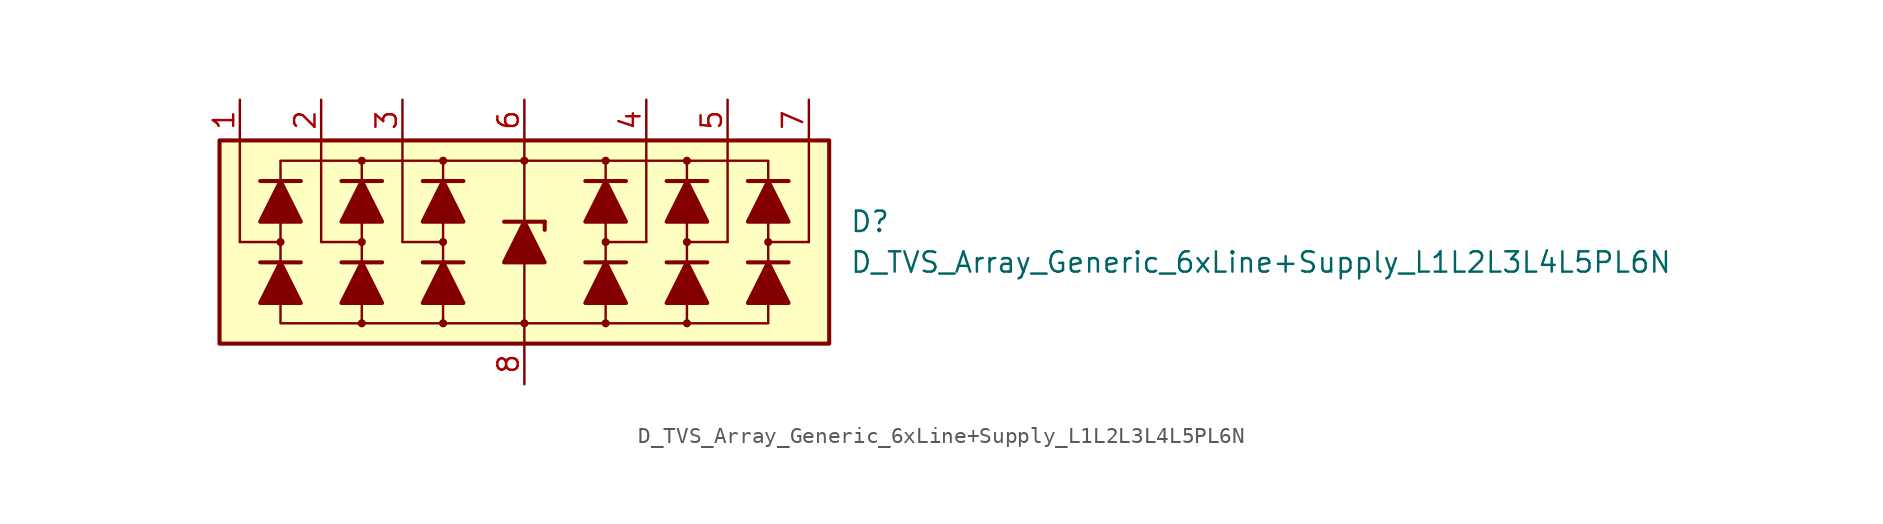
<source format=kicad_sym>
(kicad_symbol_lib
  (version 20211014)
  (generator kicad_symbol_editor)
  (symbol "D_TVS_Array_Generic_6xLine+Supply_L1L2L3L4L5PL6N"
    (pin_names
      (offset 1.016) hide)
    (property "Reference" "D"
      (at 20.32 1.27 0)
      (effects (font (size 1.27 1.27)) (justify left)))
    (property "Value" "D_TVS_Array_Generic_6xLine+Supply_L1L2L3L4L5PL6N"
      (at 20.32 -1.27 0)
      (effects (font (size 1.27 1.27)) (justify left)))
    (symbol "D_TVS_Array_Generic_6xLine+Supply_L1L2L3L4L5PL6N_0_1"
      (rectangle (start -19.05 6.35) (end 19.05 -6.35) (stroke (width 0.254) (type default) (color 0 0 0 0)) (fill (type background)))
      (circle (center -5.08 0) (radius 0.178) (stroke (width 0) (type default) (color 0 0 0 0)) (fill (type outline)))
      (polyline (pts (xy -7.62 0) (xy -7.62 6.35)) (stroke (width 0) (type default) (color 0 0 0 0)) (fill (type none)))
      (polyline (pts (xy -5.08 -1.27) (xy -5.08 1.27)) (stroke (width 0) (type default) (color 0 0 0 0)) (fill (type none)))
      (polyline (pts (xy -5.08 0) (xy -7.62 0)) (stroke (width 0) (type default) (color 0 0 0 0)) (fill (type none)))
      (polyline (pts (xy 0 -5.08) (xy 0 -6.35)) (stroke (width 0) (type default) (color 0 0 0 0)) (fill (type none)))
      (polyline (pts (xy 0 -1.27) (xy 0 -5.08)) (stroke (width 0) (type default) (color 0 0 0 0)) (fill (type none)))
      (polyline (pts (xy 0 1.27) (xy 0 6.35)) (stroke (width 0) (type default) (color 0 0 0 0)) (fill (type none)))
      (polyline (pts (xy 5.08 -1.27) (xy 5.08 1.27)) (stroke (width 0) (type default) (color 0 0 0 0)) (fill (type none)))
      (polyline (pts (xy 5.08 0) (xy 7.62 0)) (stroke (width 0) (type default) (color 0 0 0 0)) (fill (type none)))
      (polyline (pts (xy 7.62 0) (xy 7.62 6.35)) (stroke (width 0) (type default) (color 0 0 0 0)) (fill (type none)))
      (polyline (pts (xy -5.08 -5.08) (xy -10.16 -5.08) (xy -10.16 5.08) (xy -5.08 5.08)) (stroke (width 0) (type default) (color 0 0 0 0)) (fill (type none)))
      (polyline (pts (xy -5.08 -3.81) (xy -5.08 -5.08) (xy 5.08 -5.08) (xy 5.08 -3.81)) (stroke (width 0) (type default) (color 0 0 0 0)) (fill (type none)))
      (polyline (pts (xy -5.08 3.81) (xy -5.08 5.08) (xy 5.08 5.08) (xy 5.08 3.81)) (stroke (width 0) (type default) (color 0 0 0 0)) (fill (type none)))
      (polyline (pts (xy 5.08 -5.08) (xy 10.16 -5.08) (xy 10.16 5.08) (xy 5.08 5.08)) (stroke (width 0) (type default) (color 0 0 0 0)) (fill (type none)))
      (circle (center 0 5.08) (radius 0.178) (stroke (width 0) (type default) (color 0 0 0 0)) (fill (type outline)))
      (circle (center 5.08 0) (radius 0.178) (stroke (width 0) (type default) (color 0 0 0 0)) (fill (type outline))))
    (symbol "D_TVS_Array_Generic_6xLine+Supply_L1L2L3L4L5PL6N_1_1"
      (circle (center -15.24 0) (radius 0.178) (stroke (width 0) (type default) (color 0 0 0 0)) (fill (type outline)))
      (circle (center -10.16 -5.08) (radius 0.178) (stroke (width 0) (type default) (color 0 0 0 0)) (fill (type outline)))
      (circle (center -10.16 0) (radius 0.178) (stroke (width 0) (type default) (color 0 0 0 0)) (fill (type outline)))
      (circle (center -10.16 5.08) (radius 0.178) (stroke (width 0) (type default) (color 0 0 0 0)) (fill (type outline)))
      (circle (center -5.08 -5.08) (radius 0.178) (stroke (width 0) (type default) (color 0 0 0 0)) (fill (type outline)))
      (circle (center -5.08 5.08) (radius 0.178) (stroke (width 0) (type default) (color 0 0 0 0)) (fill (type outline)))
      (circle (center 0 -5.08) (radius 0.178) (stroke (width 0) (type default) (color 0 0 0 0)) (fill (type outline)))
      (polyline (pts (xy -17.78 0) (xy -17.78 6.35)) (stroke (width 0) (type default) (color 0 0 0 0)) (fill (type none)))
      (polyline (pts (xy -15.24 0) (xy -17.78 0)) (stroke (width 0) (type default) (color 0 0 0 0)) (fill (type none)))
      (polyline (pts (xy -13.97 -1.27) (xy -16.51 -1.27)) (stroke (width 0.254) (type default) (color 0 0 0 0)) (fill (type none)))
      (polyline (pts (xy -13.97 3.81) (xy -16.51 3.81)) (stroke (width 0.254) (type default) (color 0 0 0 0)) (fill (type none)))
      (polyline (pts (xy -12.7 0) (xy -12.7 6.35)) (stroke (width 0) (type default) (color 0 0 0 0)) (fill (type none)))
      (polyline (pts (xy -10.16 0) (xy -12.7 0)) (stroke (width 0) (type default) (color 0 0 0 0)) (fill (type none)))
      (polyline (pts (xy -8.89 -1.27) (xy -11.43 -1.27)) (stroke (width 0.254) (type default) (color 0 0 0 0)) (fill (type none)))
      (polyline (pts (xy -8.89 3.81) (xy -11.43 3.81)) (stroke (width 0.254) (type default) (color 0 0 0 0)) (fill (type none)))
      (polyline (pts (xy -5.08 -3.81) (xy -5.08 -1.27)) (stroke (width 0) (type default) (color 0 0 0 0)) (fill (type none)))
      (polyline (pts (xy -5.08 1.27) (xy -5.08 3.81)) (stroke (width 0) (type default) (color 0 0 0 0)) (fill (type none)))
      (polyline (pts (xy -3.81 -1.27) (xy -6.35 -1.27)) (stroke (width 0.254) (type default) (color 0 0 0 0)) (fill (type none)))
      (polyline (pts (xy -3.81 3.81) (xy -6.35 3.81)) (stroke (width 0.254) (type default) (color 0 0 0 0)) (fill (type none)))
      (polyline (pts (xy -1.27 1.27) (xy 1.27 1.27)) (stroke (width 0.254) (type default) (color 0 0 0 0)) (fill (type none)))
      (polyline (pts (xy 0 -1.27) (xy 0 1.27)) (stroke (width 0) (type default) (color 0 0 0 0)) (fill (type none)))
      (polyline (pts (xy 1.27 1.27) (xy 1.27 0.762)) (stroke (width 0.254) (type default) (color 0 0 0 0)) (fill (type none)))
      (polyline (pts (xy 5.08 -3.81) (xy 5.08 -1.27)) (stroke (width 0) (type default) (color 0 0 0 0)) (fill (type none)))
      (polyline (pts (xy 5.08 1.27) (xy 5.08 3.81)) (stroke (width 0) (type default) (color 0 0 0 0)) (fill (type none)))
      (polyline (pts (xy 6.35 -1.27) (xy 3.81 -1.27)) (stroke (width 0.254) (type default) (color 0 0 0 0)) (fill (type none)))
      (polyline (pts (xy 6.35 3.81) (xy 3.81 3.81)) (stroke (width 0.254) (type default) (color 0 0 0 0)) (fill (type none)))
      (polyline (pts (xy 10.16 0) (xy 12.7 0)) (stroke (width 0) (type default) (color 0 0 0 0)) (fill (type none)))
      (polyline (pts (xy 11.43 -1.27) (xy 8.89 -1.27)) (stroke (width 0.254) (type default) (color 0 0 0 0)) (fill (type none)))
      (polyline (pts (xy 11.43 3.81) (xy 8.89 3.81)) (stroke (width 0.254) (type default) (color 0 0 0 0)) (fill (type none)))
      (polyline (pts (xy 12.7 0) (xy 12.7 6.35)) (stroke (width 0) (type default) (color 0 0 0 0)) (fill (type none)))
      (polyline (pts (xy 15.24 0) (xy 17.78 0)) (stroke (width 0) (type default) (color 0 0 0 0)) (fill (type none)))
      (polyline (pts (xy 16.51 -1.27) (xy 13.97 -1.27)) (stroke (width 0.254) (type default) (color 0 0 0 0)) (fill (type none)))
      (polyline (pts (xy 16.51 3.81) (xy 13.97 3.81)) (stroke (width 0.254) (type default) (color 0 0 0 0)) (fill (type none)))
      (polyline (pts (xy 17.78 0) (xy 17.78 6.35)) (stroke (width 0) (type default) (color 0 0 0 0)) (fill (type none)))
      (polyline (pts (xy -13.97 -3.81) (xy -16.51 -3.81) (xy -15.24 -1.27) (xy -13.97 -3.81)) (stroke (width 0.254) (type default) (color 0 0 0 0)) (fill (type outline)))
      (polyline (pts (xy -13.97 1.27) (xy -16.51 1.27) (xy -15.24 3.81) (xy -13.97 1.27)) (stroke (width 0.254) (type default) (color 0 0 0 0)) (fill (type outline)))
      (polyline (pts (xy -10.16 -5.08) (xy -15.24 -5.08) (xy -15.24 5.08) (xy -10.16 5.08)) (stroke (width 0) (type default) (color 0 0 0 0)) (fill (type none)))
      (polyline (pts (xy -8.89 -3.81) (xy -11.43 -3.81) (xy -10.16 -1.27) (xy -8.89 -3.81)) (stroke (width 0.254) (type default) (color 0 0 0 0)) (fill (type outline)))
      (polyline (pts (xy -8.89 1.27) (xy -11.43 1.27) (xy -10.16 3.81) (xy -8.89 1.27)) (stroke (width 0.254) (type default) (color 0 0 0 0)) (fill (type outline)))
      (polyline (pts (xy -3.81 -3.81) (xy -6.35 -3.81) (xy -5.08 -1.27) (xy -3.81 -3.81)) (stroke (width 0.254) (type default) (color 0 0 0 0)) (fill (type outline)))
      (polyline (pts (xy -3.81 1.27) (xy -6.35 1.27) (xy -5.08 3.81) (xy -3.81 1.27)) (stroke (width 0.254) (type default) (color 0 0 0 0)) (fill (type outline)))
      (polyline (pts (xy 1.27 -1.27) (xy -1.27 -1.27) (xy 0 1.27) (xy 1.27 -1.27)) (stroke (width 0.254) (type default) (color 0 0 0 0)) (fill (type outline)))
      (polyline (pts (xy 6.35 -3.81) (xy 3.81 -3.81) (xy 5.08 -1.27) (xy 6.35 -3.81)) (stroke (width 0.254) (type default) (color 0 0 0 0)) (fill (type outline)))
      (polyline (pts (xy 6.35 1.27) (xy 3.81 1.27) (xy 5.08 3.81) (xy 6.35 1.27)) (stroke (width 0.254) (type default) (color 0 0 0 0)) (fill (type outline)))
      (polyline (pts (xy 10.16 -5.08) (xy 15.24 -5.08) (xy 15.24 5.08) (xy 10.16 5.08)) (stroke (width 0) (type default) (color 0 0 0 0)) (fill (type none)))
      (polyline (pts (xy 11.43 -3.81) (xy 8.89 -3.81) (xy 10.16 -1.27) (xy 11.43 -3.81)) (stroke (width 0.254) (type default) (color 0 0 0 0)) (fill (type outline)))
      (polyline (pts (xy 11.43 1.27) (xy 8.89 1.27) (xy 10.16 3.81) (xy 11.43 1.27)) (stroke (width 0.254) (type default) (color 0 0 0 0)) (fill (type outline)))
      (polyline (pts (xy 16.51 -3.81) (xy 13.97 -3.81) (xy 15.24 -1.27) (xy 16.51 -3.81)) (stroke (width 0.254) (type default) (color 0 0 0 0)) (fill (type outline)))
      (polyline (pts (xy 16.51 1.27) (xy 13.97 1.27) (xy 15.24 3.81) (xy 16.51 1.27)) (stroke (width 0.254) (type default) (color 0 0 0 0)) (fill (type outline)))
      (circle (center 5.08 -5.08) (radius 0.178) (stroke (width 0) (type default) (color 0 0 0 0)) (fill (type outline)))
      (circle (center 5.08 5.08) (radius 0.178) (stroke (width 0) (type default) (color 0 0 0 0)) (fill (type outline)))
      (circle (center 10.16 -5.08) (radius 0.178) (stroke (width 0) (type default) (color 0 0 0 0)) (fill (type outline)))
      (circle (center 10.16 0) (radius 0.178) (stroke (width 0) (type default) (color 0 0 0 0)) (fill (type outline)))
      (circle (center 10.16 5.08) (radius 0.178) (stroke (width 0) (type default) (color 0 0 0 0)) (fill (type outline)))
      (circle (center 15.24 0) (radius 0.178) (stroke (width 0) (type default) (color 0 0 0 0)) (fill (type outline)))
      (pin passive line (at -17.78 8.89 270) (length 2.54) (name "L1" (effects (font (size 1.27 1.27)))) (number "1" (effects (font (size 1.27 1.27)))))
      (pin passive line (at -12.7 8.89 270) (length 2.54) (name "L2" (effects (font (size 1.27 1.27)))) (number "2" (effects (font (size 1.27 1.27)))))
      (pin passive line (at -7.62 8.89 270) (length 2.54) (name "L3" (effects (font (size 1.27 1.27)))) (number "3" (effects (font (size 1.27 1.27)))))
      (pin passive line (at 7.62 8.89 270) (length 2.54) (name "L4" (effects (font (size 1.27 1.27)))) (number "4" (effects (font (size 1.27 1.27)))))
      (pin passive line (at 12.7 8.89 270) (length 2.54) (name "L5" (effects (font (size 1.27 1.27)))) (number "5" (effects (font (size 1.27 1.27)))))
      (pin passive line (at 0 8.89 270) (length 2.54) (name "VP" (effects (font (size 1.27 1.27)))) (number "6" (effects (font (size 1.27 1.27)))))
      (pin passive line (at 17.78 8.89 270) (length 2.54) (name "L6" (effects (font (size 1.27 1.27)))) (number "7" (effects (font (size 1.27 1.27)))))
      (pin passive line (at 0 -8.89 90) (length 2.54) (name "VN" (effects (font (size 1.27 1.27)))) (number "8" (effects (font (size 1.27 1.27))))))))
</source>
